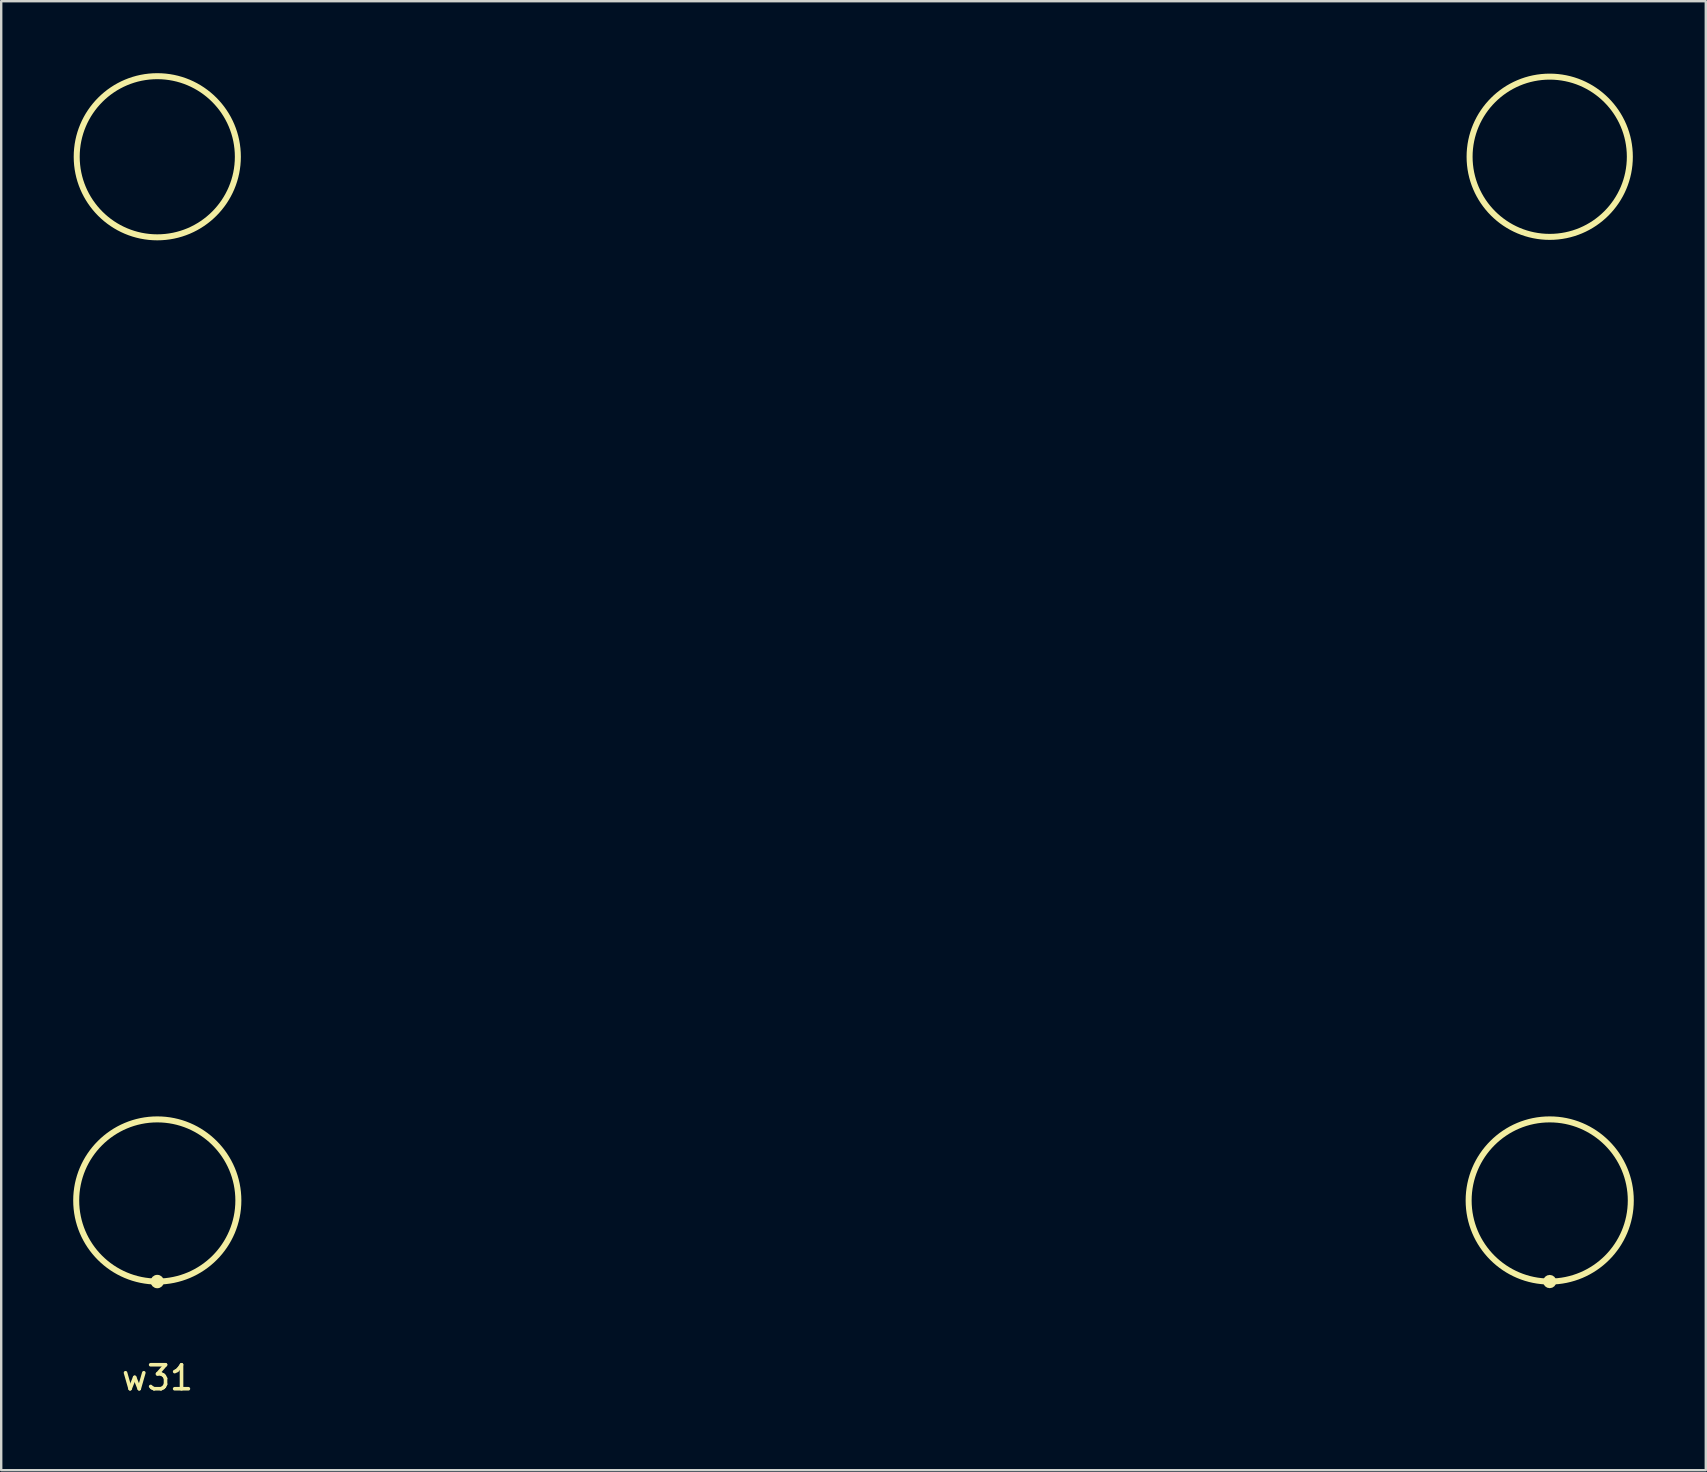
<source format=kicad_pcb>
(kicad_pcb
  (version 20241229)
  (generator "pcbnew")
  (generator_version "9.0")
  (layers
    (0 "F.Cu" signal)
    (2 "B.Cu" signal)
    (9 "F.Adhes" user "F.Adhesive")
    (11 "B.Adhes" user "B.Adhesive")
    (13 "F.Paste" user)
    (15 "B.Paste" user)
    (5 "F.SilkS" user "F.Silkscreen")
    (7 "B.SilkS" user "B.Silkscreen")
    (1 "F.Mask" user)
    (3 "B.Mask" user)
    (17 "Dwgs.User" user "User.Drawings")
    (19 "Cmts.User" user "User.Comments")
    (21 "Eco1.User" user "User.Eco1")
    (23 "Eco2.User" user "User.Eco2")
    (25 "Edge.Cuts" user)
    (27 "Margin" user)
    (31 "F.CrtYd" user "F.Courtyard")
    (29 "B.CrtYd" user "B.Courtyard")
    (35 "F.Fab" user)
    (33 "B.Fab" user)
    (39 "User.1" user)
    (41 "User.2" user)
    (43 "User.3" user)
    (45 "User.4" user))
  (footprint "w31"
    (layer "F.Cu")
    (at 34.023 23.876)
    (property "Reference" "w31" (at -30.51 30.48 0) (layer "F.SilkS") (effects (font (size 1 1) (thickness 0.15))))
    (attr through_hole)
    (fp_circle (center -30.52 -20.395) (end -30.53 -17.038) (stroke (width 0.25) (type solid)) (fill no) (layer "F.SilkS"))
    (fp_circle (center -30.52 23.09) (end -30.52 26.468) (stroke (width 0.25) (type solid)) (fill no) (layer "F.SilkS"))
    (fp_circle (center -30.52 26.468) (end -30.54 26.446) (stroke (width 0.25) (type solid)) (fill no) (layer "F.SilkS"))
    (fp_circle (center 27.494 -20.395) (end 27.46 -17.057) (stroke (width 0.25) (type solid)) (fill no) (layer "F.SilkS"))
    (fp_circle (center 27.494 23.09) (end 27.494 26.468) (stroke (width 0.25) (type solid)) (fill no) (layer "F.SilkS"))
    (fp_circle (center 27.494 26.468) (end 27.48 26.446) (stroke (width 0.25) (type solid)) (fill no) (layer "F.SilkS")))
  (gr_rect
    (start -3 -3)
    (end 68.02 58.204)
    (stroke (width 0.1) (type default))
    (fill no)
    (layer "Edge.Cuts")))
</source>
